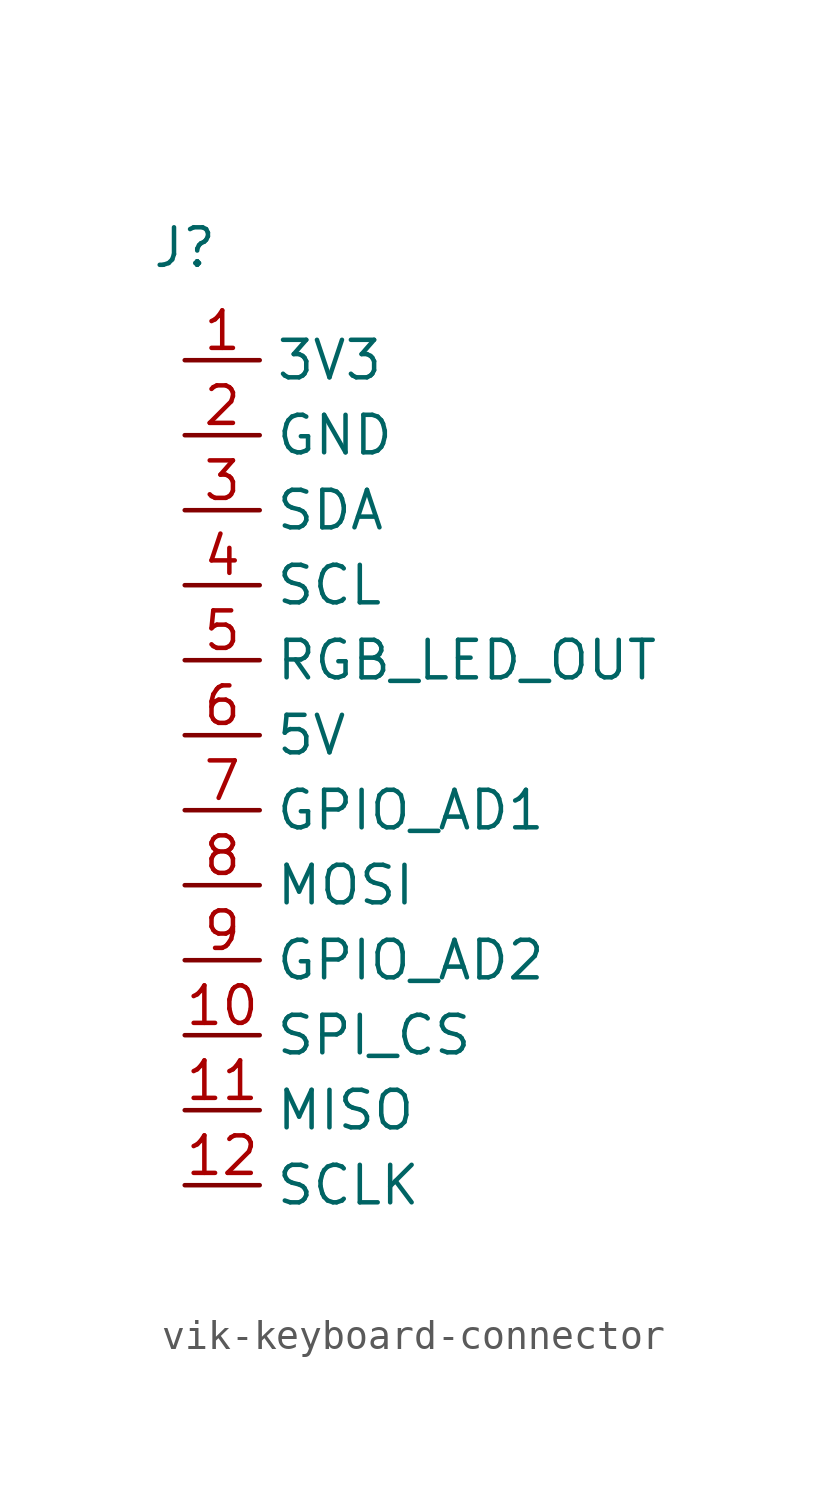
<source format=kicad_sym>
(kicad_symbol_lib
  (version 20220914)
  (generator kicad_symbol_editor)
  (symbol "vik-keyboard-connector"
    (property "Reference" "J"
      (at 0 17.78 0)
      (effects (font (size 1.27 1.27))))
    (property "Value" ""
      (at 0 6.35 0)
      (effects (font (size 1.27 1.27))))
    (symbol "vik-keyboard-connector_1_1"
      (pin power_out line (at 0 13.97 0) (length 2.54) (name "3V3" (effects (font (size 1.27 1.27)))) (number "1" (effects (font (size 1.27 1.27)))))
      (pin output line (at 0 -8.89 0) (length 2.54) (name "SPI_CS" (effects (font (size 1.27 1.27)))) (number "10" (effects (font (size 1.27 1.27)))))
      (pin output line (at 0 -11.43 0) (length 2.54) (name "MISO" (effects (font (size 1.27 1.27)))) (number "11" (effects (font (size 1.27 1.27)))))
      (pin output line (at 0 -13.97 0) (length 2.54) (name "SCLK" (effects (font (size 1.27 1.27)))) (number "12" (effects (font (size 1.27 1.27)))))
      (pin power_out line (at 0 11.43 0) (length 2.54) (name "GND" (effects (font (size 1.27 1.27)))) (number "2" (effects (font (size 1.27 1.27)))))
      (pin output line (at 0 8.89 0) (length 2.54) (name "SDA" (effects (font (size 1.27 1.27)))) (number "3" (effects (font (size 1.27 1.27)))))
      (pin output line (at 0 6.35 0) (length 2.54) (name "SCL" (effects (font (size 1.27 1.27)))) (number "4" (effects (font (size 1.27 1.27)))))
      (pin output line (at 0 3.81 0) (length 2.54) (name "RGB_LED_OUT" (effects (font (size 1.27 1.27)))) (number "5" (effects (font (size 1.27 1.27)))))
      (pin power_out line (at 0 1.27 0) (length 2.54) (name "5V" (effects (font (size 1.27 1.27)))) (number "6" (effects (font (size 1.27 1.27)))))
      (pin output line (at 0 -1.27 0) (length 2.54) (name "GPIO_AD1" (effects (font (size 1.27 1.27)))) (number "7" (effects (font (size 1.27 1.27)))))
      (pin output line (at 0 -3.81 0) (length 2.54) (name "MOSI" (effects (font (size 1.27 1.27)))) (number "8" (effects (font (size 1.27 1.27)))))
      (pin output line (at 0 -6.35 0) (length 2.54) (name "GPIO_AD2" (effects (font (size 1.27 1.27)))) (number "9" (effects (font (size 1.27 1.27))))))))
</source>
